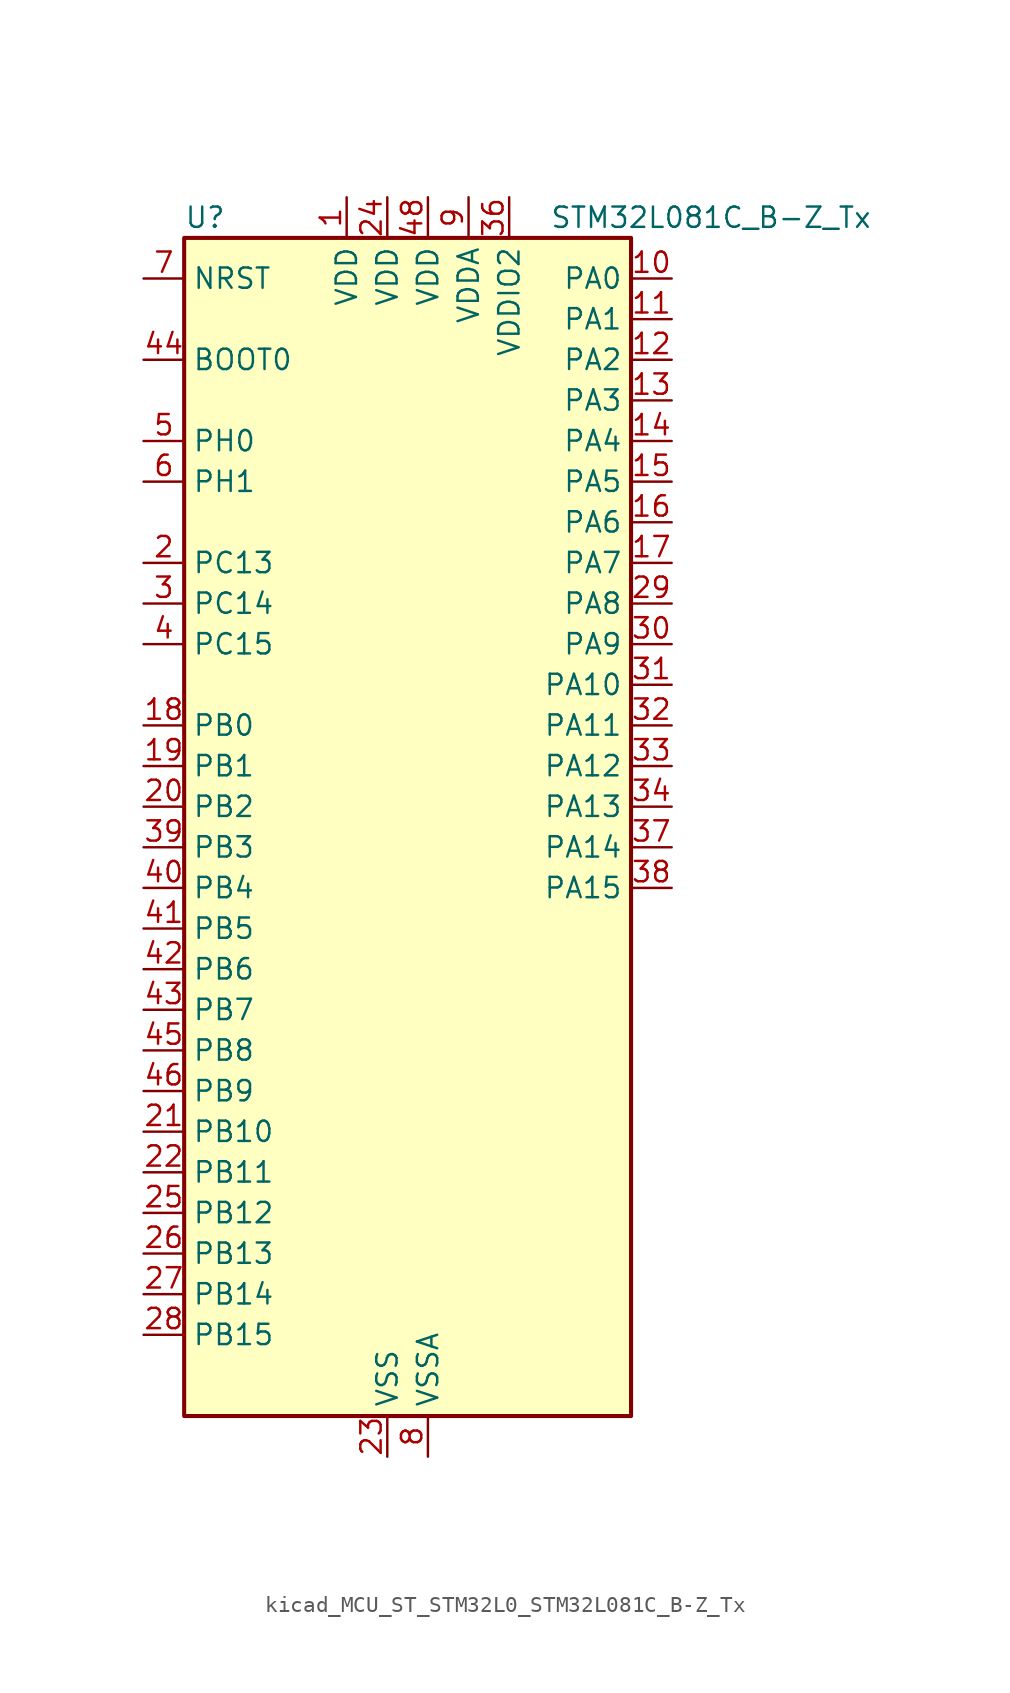
<source format=kicad_sym>
(kicad_symbol_lib
  (version 20220914)
  (generator kicad_symbol_editor)
  (symbol "kicad_MCU_ST_STM32L0_STM32L081C_B-Z_Tx"
    (property "Reference" "U"
      (at -12.7 39.37 0)
      (effects (font (size 1.27 1.27)) (justify left)))
    (property "Value" "STM32L081C_B-Z_Tx"
      (at 10.16 39.37 0)
      (effects (font (size 1.27 1.27)) (justify left)))
    (property "ki_locked" ""
      (at 0 0 0)
      (effects (font (size 1.27 1.27))))
    (symbol "kicad_MCU_ST_STM32L0_STM32L081C_B-Z_Tx_0_1"
      (rectangle (start -12.7 -35.56) (end 15.24 38.1) (stroke (width 0.254) (type default)) (fill (type background))))
    (symbol "kicad_MCU_ST_STM32L0_STM32L081C_B-Z_Tx_1_1"
      (pin power_in line (at -2.54 40.64 270) (length 2.54) (name "VDD" (effects (font (size 1.27 1.27)))) (number "1" (effects (font (size 1.27 1.27)))))
      (pin bidirectional line (at 17.78 35.56 180) (length 2.54) (name "PA0" (effects (font (size 1.27 1.27)))) (number "10" (effects (font (size 1.27 1.27)))) (alternate "ADC_IN0" bidirectional line) (alternate "COMP1_INM" bidirectional line) (alternate "COMP1_OUT" bidirectional line) (alternate "RTC_TAMP2" bidirectional line) (alternate "SYS_WKUP1" bidirectional line) (alternate "TIM2_CH1" bidirectional line) (alternate "TIM2_ETR" bidirectional line) (alternate "USART2_CTS" bidirectional line) (alternate "USART4_TX" bidirectional line))
      (pin bidirectional line (at 17.78 33.02 180) (length 2.54) (name "PA1" (effects (font (size 1.27 1.27)))) (number "11" (effects (font (size 1.27 1.27)))) (alternate "ADC_IN1" bidirectional line) (alternate "COMP1_INP" bidirectional line) (alternate "TIM21_ETR" bidirectional line) (alternate "TIM2_CH2" bidirectional line) (alternate "USART2_DE" bidirectional line) (alternate "USART2_RTS" bidirectional line) (alternate "USART4_RX" bidirectional line))
      (pin bidirectional line (at 17.78 30.48 180) (length 2.54) (name "PA2" (effects (font (size 1.27 1.27)))) (number "12" (effects (font (size 1.27 1.27)))) (alternate "ADC_IN2" bidirectional line) (alternate "COMP2_INM" bidirectional line) (alternate "COMP2_OUT" bidirectional line) (alternate "LPUART1_TX" bidirectional line) (alternate "TIM21_CH1" bidirectional line) (alternate "TIM2_CH3" bidirectional line) (alternate "USART2_TX" bidirectional line))
      (pin bidirectional line (at 17.78 27.94 180) (length 2.54) (name "PA3" (effects (font (size 1.27 1.27)))) (number "13" (effects (font (size 1.27 1.27)))) (alternate "ADC_IN3" bidirectional line) (alternate "COMP2_INP" bidirectional line) (alternate "LPUART1_RX" bidirectional line) (alternate "TIM21_CH2" bidirectional line) (alternate "TIM2_CH4" bidirectional line) (alternate "USART2_RX" bidirectional line))
      (pin bidirectional line (at 17.78 25.4 180) (length 2.54) (name "PA4" (effects (font (size 1.27 1.27)))) (number "14" (effects (font (size 1.27 1.27)))) (alternate "ADC_IN4" bidirectional line) (alternate "COMP1_INM" bidirectional line) (alternate "COMP2_INM" bidirectional line) (alternate "SPI1_NSS" bidirectional line) (alternate "TIM22_ETR" bidirectional line) (alternate "USART2_CK" bidirectional line))
      (pin bidirectional line (at 17.78 22.86 180) (length 2.54) (name "PA5" (effects (font (size 1.27 1.27)))) (number "15" (effects (font (size 1.27 1.27)))) (alternate "ADC_IN5" bidirectional line) (alternate "COMP1_INM" bidirectional line) (alternate "COMP2_INM" bidirectional line) (alternate "SPI1_SCK" bidirectional line) (alternate "TIM2_CH1" bidirectional line) (alternate "TIM2_ETR" bidirectional line))
      (pin bidirectional line (at 17.78 20.32 180) (length 2.54) (name "PA6" (effects (font (size 1.27 1.27)))) (number "16" (effects (font (size 1.27 1.27)))) (alternate "ADC_IN6" bidirectional line) (alternate "COMP1_OUT" bidirectional line) (alternate "LPUART1_CTS" bidirectional line) (alternate "SPI1_MISO" bidirectional line) (alternate "TIM22_CH1" bidirectional line) (alternate "TIM3_CH1" bidirectional line))
      (pin bidirectional line (at 17.78 17.78 180) (length 2.54) (name "PA7" (effects (font (size 1.27 1.27)))) (number "17" (effects (font (size 1.27 1.27)))) (alternate "ADC_IN7" bidirectional line) (alternate "COMP2_OUT" bidirectional line) (alternate "SPI1_MOSI" bidirectional line) (alternate "TIM22_CH2" bidirectional line) (alternate "TIM3_CH2" bidirectional line))
      (pin bidirectional line (at -15.24 7.62 0) (length 2.54) (name "PB0" (effects (font (size 1.27 1.27)))) (number "18" (effects (font (size 1.27 1.27)))) (alternate "ADC_IN8" bidirectional line) (alternate "SYS_VREF_OUT_PB0" bidirectional line) (alternate "TIM3_CH3" bidirectional line))
      (pin bidirectional line (at -15.24 5.08 0) (length 2.54) (name "PB1" (effects (font (size 1.27 1.27)))) (number "19" (effects (font (size 1.27 1.27)))) (alternate "ADC_IN9" bidirectional line) (alternate "LPUART1_DE" bidirectional line) (alternate "LPUART1_RTS" bidirectional line) (alternate "SYS_VREF_OUT_PB1" bidirectional line) (alternate "TIM3_CH4" bidirectional line))
      (pin bidirectional line (at -15.24 17.78 0) (length 2.54) (name "PC13" (effects (font (size 1.27 1.27)))) (number "2" (effects (font (size 1.27 1.27)))) (alternate "RTC_OUT_ALARM" bidirectional line) (alternate "RTC_OUT_CALIB" bidirectional line) (alternate "RTC_TAMP1" bidirectional line) (alternate "RTC_TS" bidirectional line) (alternate "SYS_WKUP2" bidirectional line))
      (pin bidirectional line (at -15.24 2.54 0) (length 2.54) (name "PB2" (effects (font (size 1.27 1.27)))) (number "20" (effects (font (size 1.27 1.27)))) (alternate "I2C3_SMBA" bidirectional line) (alternate "LPTIM1_OUT" bidirectional line))
      (pin bidirectional line (at -15.24 -17.78 0) (length 2.54) (name "PB10" (effects (font (size 1.27 1.27)))) (number "21" (effects (font (size 1.27 1.27)))) (alternate "I2C2_SCL" bidirectional line) (alternate "LPUART1_RX" bidirectional line) (alternate "LPUART1_TX" bidirectional line) (alternate "SPI2_SCK" bidirectional line) (alternate "TIM2_CH3" bidirectional line))
      (pin bidirectional line (at -15.24 -20.32 0) (length 2.54) (name "PB11" (effects (font (size 1.27 1.27)))) (number "22" (effects (font (size 1.27 1.27)))) (alternate "ADC_EXTI11" bidirectional line) (alternate "I2C2_SDA" bidirectional line) (alternate "LPUART1_RX" bidirectional line) (alternate "LPUART1_TX" bidirectional line) (alternate "TIM2_CH4" bidirectional line))
      (pin power_in line (at 0 -38.1 90) (length 2.54) (name "VSS" (effects (font (size 1.27 1.27)))) (number "23" (effects (font (size 1.27 1.27)))))
      (pin power_in line (at 0 40.64 270) (length 2.54) (name "VDD" (effects (font (size 1.27 1.27)))) (number "24" (effects (font (size 1.27 1.27)))))
      (pin bidirectional line (at -15.24 -22.86 0) (length 2.54) (name "PB12" (effects (font (size 1.27 1.27)))) (number "25" (effects (font (size 1.27 1.27)))) (alternate "I2S2_WS" bidirectional line) (alternate "LPUART1_DE" bidirectional line) (alternate "LPUART1_RTS" bidirectional line) (alternate "SPI2_NSS" bidirectional line))
      (pin bidirectional line (at -15.24 -25.4 0) (length 2.54) (name "PB13" (effects (font (size 1.27 1.27)))) (number "26" (effects (font (size 1.27 1.27)))) (alternate "I2C2_SCL" bidirectional line) (alternate "I2S2_CK" bidirectional line) (alternate "LPUART1_CTS" bidirectional line) (alternate "RCC_MCO" bidirectional line) (alternate "SPI2_SCK" bidirectional line) (alternate "TIM21_CH1" bidirectional line))
      (pin bidirectional line (at -15.24 -27.94 0) (length 2.54) (name "PB14" (effects (font (size 1.27 1.27)))) (number "27" (effects (font (size 1.27 1.27)))) (alternate "I2C2_SDA" bidirectional line) (alternate "I2S2_MCK" bidirectional line) (alternate "LPUART1_DE" bidirectional line) (alternate "LPUART1_RTS" bidirectional line) (alternate "RTC_OUT_ALARM" bidirectional line) (alternate "RTC_OUT_CALIB" bidirectional line) (alternate "SPI2_MISO" bidirectional line) (alternate "TIM21_CH2" bidirectional line))
      (pin bidirectional line (at -15.24 -30.48 0) (length 2.54) (name "PB15" (effects (font (size 1.27 1.27)))) (number "28" (effects (font (size 1.27 1.27)))) (alternate "I2S2_SD" bidirectional line) (alternate "RTC_REFIN" bidirectional line) (alternate "SPI2_MOSI" bidirectional line))
      (pin bidirectional line (at 17.78 15.24 180) (length 2.54) (name "PA8" (effects (font (size 1.27 1.27)))) (number "29" (effects (font (size 1.27 1.27)))) (alternate "I2C3_SCL" bidirectional line) (alternate "RCC_MCO" bidirectional line) (alternate "USART1_CK" bidirectional line))
      (pin bidirectional line (at -15.24 15.24 0) (length 2.54) (name "PC14" (effects (font (size 1.27 1.27)))) (number "3" (effects (font (size 1.27 1.27)))) (alternate "RCC_OSC32_IN" bidirectional line))
      (pin bidirectional line (at 17.78 12.7 180) (length 2.54) (name "PA9" (effects (font (size 1.27 1.27)))) (number "30" (effects (font (size 1.27 1.27)))) (alternate "I2C1_SCL" bidirectional line) (alternate "I2C3_SMBA" bidirectional line) (alternate "RCC_MCO" bidirectional line) (alternate "USART1_TX" bidirectional line))
      (pin bidirectional line (at 17.78 10.16 180) (length 2.54) (name "PA10" (effects (font (size 1.27 1.27)))) (number "31" (effects (font (size 1.27 1.27)))) (alternate "I2C1_SDA" bidirectional line) (alternate "USART1_RX" bidirectional line))
      (pin bidirectional line (at 17.78 7.62 180) (length 2.54) (name "PA11" (effects (font (size 1.27 1.27)))) (number "32" (effects (font (size 1.27 1.27)))) (alternate "ADC_EXTI11" bidirectional line) (alternate "COMP1_OUT" bidirectional line) (alternate "SPI1_MISO" bidirectional line) (alternate "USART1_CTS" bidirectional line))
      (pin bidirectional line (at 17.78 5.08 180) (length 2.54) (name "PA12" (effects (font (size 1.27 1.27)))) (number "33" (effects (font (size 1.27 1.27)))) (alternate "COMP2_OUT" bidirectional line) (alternate "SPI1_MOSI" bidirectional line) (alternate "USART1_DE" bidirectional line) (alternate "USART1_RTS" bidirectional line))
      (pin bidirectional line (at 17.78 2.54 180) (length 2.54) (name "PA13" (effects (font (size 1.27 1.27)))) (number "34" (effects (font (size 1.27 1.27)))) (alternate "LPUART1_RX" bidirectional line) (alternate "SYS_SWDIO" bidirectional line))
      (pin passive line (at 0 -38.1 90) (length 2.54) hide (name "VSS" (effects (font (size 1.27 1.27)))) (number "35" (effects (font (size 1.27 1.27)))))
      (pin power_in line (at 7.62 40.64 270) (length 2.54) (name "VDDIO2" (effects (font (size 1.27 1.27)))) (number "36" (effects (font (size 1.27 1.27)))))
      (pin bidirectional line (at 17.78 0 180) (length 2.54) (name "PA14" (effects (font (size 1.27 1.27)))) (number "37" (effects (font (size 1.27 1.27)))) (alternate "LPUART1_TX" bidirectional line) (alternate "SYS_SWCLK" bidirectional line) (alternate "USART2_TX" bidirectional line))
      (pin bidirectional line (at 17.78 -2.54 180) (length 2.54) (name "PA15" (effects (font (size 1.27 1.27)))) (number "38" (effects (font (size 1.27 1.27)))) (alternate "SPI1_NSS" bidirectional line) (alternate "TIM2_CH1" bidirectional line) (alternate "TIM2_ETR" bidirectional line) (alternate "USART2_RX" bidirectional line) (alternate "USART4_DE" bidirectional line) (alternate "USART4_RTS" bidirectional line))
      (pin bidirectional line (at -15.24 0 0) (length 2.54) (name "PB3" (effects (font (size 1.27 1.27)))) (number "39" (effects (font (size 1.27 1.27)))) (alternate "COMP2_INM" bidirectional line) (alternate "SPI1_SCK" bidirectional line) (alternate "TIM2_CH2" bidirectional line) (alternate "USART1_DE" bidirectional line) (alternate "USART1_RTS" bidirectional line) (alternate "USART5_TX" bidirectional line))
      (pin bidirectional line (at -15.24 12.7 0) (length 2.54) (name "PC15" (effects (font (size 1.27 1.27)))) (number "4" (effects (font (size 1.27 1.27)))) (alternate "RCC_OSC32_OUT" bidirectional line))
      (pin bidirectional line (at -15.24 -2.54 0) (length 2.54) (name "PB4" (effects (font (size 1.27 1.27)))) (number "40" (effects (font (size 1.27 1.27)))) (alternate "COMP2_INP" bidirectional line) (alternate "I2C3_SDA" bidirectional line) (alternate "SPI1_MISO" bidirectional line) (alternate "TIM22_CH1" bidirectional line) (alternate "TIM3_CH1" bidirectional line) (alternate "USART1_CTS" bidirectional line) (alternate "USART5_RX" bidirectional line))
      (pin bidirectional line (at -15.24 -5.08 0) (length 2.54) (name "PB5" (effects (font (size 1.27 1.27)))) (number "41" (effects (font (size 1.27 1.27)))) (alternate "COMP2_INP" bidirectional line) (alternate "I2C1_SMBA" bidirectional line) (alternate "LPTIM1_IN1" bidirectional line) (alternate "SPI1_MOSI" bidirectional line) (alternate "TIM22_CH2" bidirectional line) (alternate "TIM3_CH2" bidirectional line) (alternate "USART1_CK" bidirectional line) (alternate "USART5_CK" bidirectional line) (alternate "USART5_DE" bidirectional line) (alternate "USART5_RTS" bidirectional line))
      (pin bidirectional line (at -15.24 -7.62 0) (length 2.54) (name "PB6" (effects (font (size 1.27 1.27)))) (number "42" (effects (font (size 1.27 1.27)))) (alternate "COMP2_INP" bidirectional line) (alternate "I2C1_SCL" bidirectional line) (alternate "LPTIM1_ETR" bidirectional line) (alternate "USART1_TX" bidirectional line))
      (pin bidirectional line (at -15.24 -10.16 0) (length 2.54) (name "PB7" (effects (font (size 1.27 1.27)))) (number "43" (effects (font (size 1.27 1.27)))) (alternate "COMP2_INP" bidirectional line) (alternate "I2C1_SDA" bidirectional line) (alternate "LPTIM1_IN2" bidirectional line) (alternate "SYS_PVD_IN" bidirectional line) (alternate "USART1_RX" bidirectional line) (alternate "USART4_CTS" bidirectional line))
      (pin input line (at -15.24 30.48 0) (length 2.54) (name "BOOT0" (effects (font (size 1.27 1.27)))) (number "44" (effects (font (size 1.27 1.27)))))
      (pin bidirectional line (at -15.24 -12.7 0) (length 2.54) (name "PB8" (effects (font (size 1.27 1.27)))) (number "45" (effects (font (size 1.27 1.27)))) (alternate "I2C1_SCL" bidirectional line))
      (pin bidirectional line (at -15.24 -15.24 0) (length 2.54) (name "PB9" (effects (font (size 1.27 1.27)))) (number "46" (effects (font (size 1.27 1.27)))) (alternate "I2C1_SDA" bidirectional line) (alternate "I2S2_WS" bidirectional line) (alternate "SPI2_NSS" bidirectional line))
      (pin passive line (at 0 -38.1 90) (length 2.54) hide (name "VSS" (effects (font (size 1.27 1.27)))) (number "47" (effects (font (size 1.27 1.27)))))
      (pin power_in line (at 2.54 40.64 270) (length 2.54) (name "VDD" (effects (font (size 1.27 1.27)))) (number "48" (effects (font (size 1.27 1.27)))))
      (pin bidirectional line (at -15.24 25.4 0) (length 2.54) (name "PH0" (effects (font (size 1.27 1.27)))) (number "5" (effects (font (size 1.27 1.27)))) (alternate "RCC_OSC_IN" bidirectional line))
      (pin bidirectional line (at -15.24 22.86 0) (length 2.54) (name "PH1" (effects (font (size 1.27 1.27)))) (number "6" (effects (font (size 1.27 1.27)))) (alternate "RCC_OSC_OUT" bidirectional line))
      (pin input line (at -15.24 35.56 0) (length 2.54) (name "NRST" (effects (font (size 1.27 1.27)))) (number "7" (effects (font (size 1.27 1.27)))))
      (pin power_in line (at 2.54 -38.1 90) (length 2.54) (name "VSSA" (effects (font (size 1.27 1.27)))) (number "8" (effects (font (size 1.27 1.27)))))
      (pin power_in line (at 5.08 40.64 270) (length 2.54) (name "VDDA" (effects (font (size 1.27 1.27)))) (number "9" (effects (font (size 1.27 1.27))))))))
</source>
